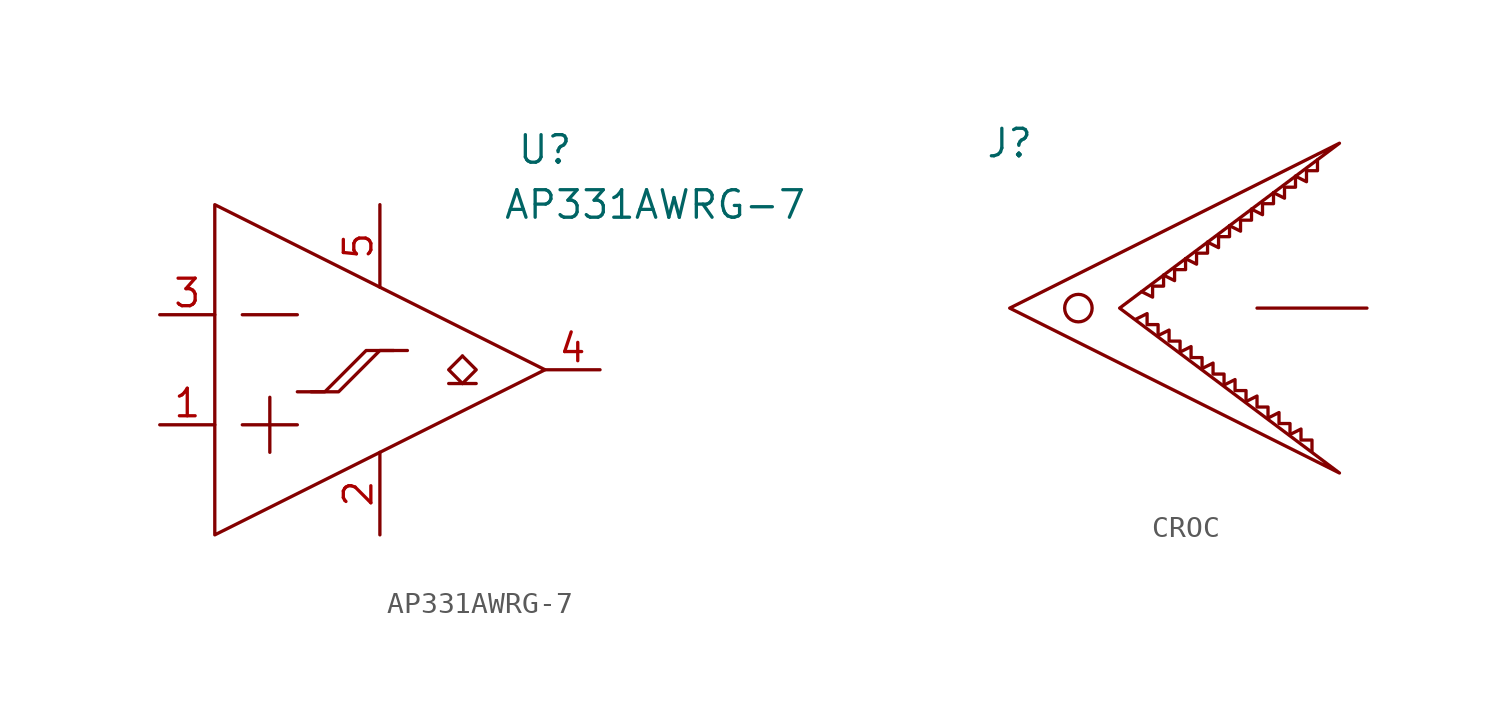
<source format=kicad_sym>
(kicad_symbol_lib
  (version 20220914)
  (generator kicad_symbol_editor)
  (symbol "AP331AWRG-7"
    (pin_names hide)
    (property "Reference" "U"
      (at 17.78 2.54 0)
      (effects (font (size 1.27 1.27))))
    (property "Value" "AP331AWRG-7"
      (at 22.86 0 0)
      (effects (font (size 1.27 1.27))))
    (symbol "AP331AWRG-7_0_1"
      (polyline (pts (xy 3.81 -10.16) (xy 6.35 -10.16)) (stroke (width 0) (type default)) (fill (type none)))
      (polyline (pts (xy 3.81 -5.08) (xy 6.35 -5.08)) (stroke (width 0) (type default)) (fill (type none)))
      (polyline (pts (xy 5.08 -8.89) (xy 5.08 -11.43)) (stroke (width 0) (type default)) (fill (type none)))
      (polyline (pts (xy 2.54 0) (xy 2.54 -15.24) (xy 17.78 -7.62) (xy 2.54 0)) (stroke (width 0) (type default)) (fill (type none))))
    (symbol "AP331AWRG-7_1_1"
      (polyline (pts (xy 13.335 -8.255) (xy 14.605 -8.255)) (stroke (width 0) (type default)) (fill (type none)))
      (polyline (pts (xy 13.97 -8.255) (xy 14.605 -7.62) (xy 13.97 -6.985)) (stroke (width 0) (type default)) (fill (type none)))
      (polyline (pts (xy 13.97 -6.985) (xy 13.335 -7.62) (xy 13.97 -8.255)) (stroke (width 0) (type default)) (fill (type none)))
      (polyline (pts (xy 6.35 -8.636) (xy 7.62 -8.636) (xy 9.525 -6.731) (xy 10.795 -6.731)) (stroke (width 0) (type default)) (fill (type none)))
      (polyline (pts (xy 6.985 -8.636) (xy 8.255 -8.636) (xy 10.16 -6.731) (xy 11.43 -6.731)) (stroke (width 0) (type default)) (fill (type none)))
      (pin input line (at 0 -10.16 0) (length 2.54) (name "IN+" (effects (font (size 1.27 1.27)))) (number "1" (effects (font (size 1.27 1.27)))))
      (pin power_in line (at 10.16 -15.24 90) (length 3.81) (name "GND" (effects (font (size 1.27 1.27)))) (number "2" (effects (font (size 1.27 1.27)))))
      (pin input line (at 0 -5.08 0) (length 2.54) (name "IN-" (effects (font (size 1.27 1.27)))) (number "3" (effects (font (size 1.27 1.27)))))
      (pin output line (at 20.32 -7.62 180) (length 2.54) (name "OUT" (effects (font (size 1.27 1.27)))) (number "4" (effects (font (size 1.27 1.27)))))
      (pin power_in line (at 10.16 0 270) (length 3.81) (name "VCC" (effects (font (size 1.27 1.27)))) (number "5" (effects (font (size 1.27 1.27)))))))
  (symbol "CROC"
    (pin_numbers hide)
    (property "Reference" "J"
      (at 0 0 0)
      (effects (font (size 1.27 1.27))))
    (property "Value" ""
      (at 0 0 0)
      (effects (font (size 1.27 1.27))))
    (symbol "CROC_0_1"
      (polyline (pts (xy 0 -7.62) (xy 15.24 0) (xy 5.08 -7.62) (xy 15.24 -15.24) (xy 0 -7.62)) (stroke (width 0) (type default)) (fill (type none)))
      (polyline (pts (xy 5.842 -8.128) (xy 6.35 -7.874) (xy 6.35 -8.382) (xy 6.858 -8.382) (xy 6.858 -8.89)) (stroke (width 0) (type default)) (fill (type none)))
      (polyline (pts (xy 6.096 -6.858) (xy 6.604 -7.112) (xy 6.604 -6.604) (xy 7.112 -6.604) (xy 7.112 -6.096)) (stroke (width 0) (type default)) (fill (type none)))
      (polyline (pts (xy 6.858 -8.89) (xy 7.366 -8.636) (xy 7.366 -9.144) (xy 7.874 -9.144) (xy 7.874 -9.652)) (stroke (width 0) (type default)) (fill (type none)))
      (polyline (pts (xy 7.112 -6.096) (xy 7.62 -6.35) (xy 7.62 -5.842) (xy 8.128 -5.842) (xy 8.128 -5.334)) (stroke (width 0) (type default)) (fill (type none)))
      (polyline (pts (xy 7.874 -9.652) (xy 8.382 -9.398) (xy 8.382 -9.906) (xy 8.89 -9.906) (xy 8.89 -10.414)) (stroke (width 0) (type default)) (fill (type none)))
      (polyline (pts (xy 8.128 -5.334) (xy 8.636 -5.588) (xy 8.636 -5.08) (xy 9.144 -5.08) (xy 9.144 -4.572)) (stroke (width 0) (type default)) (fill (type none)))
      (polyline (pts (xy 8.89 -10.414) (xy 9.398 -10.16) (xy 9.398 -10.668) (xy 9.906 -10.668) (xy 9.906 -11.176)) (stroke (width 0) (type default)) (fill (type none)))
      (polyline (pts (xy 9.144 -4.572) (xy 9.652 -4.826) (xy 9.652 -4.318) (xy 10.16 -4.318) (xy 10.16 -3.81)) (stroke (width 0) (type default)) (fill (type none)))
      (polyline (pts (xy 9.906 -11.176) (xy 10.414 -10.922) (xy 10.414 -11.43) (xy 10.922 -11.43) (xy 10.922 -11.938)) (stroke (width 0) (type default)) (fill (type none)))
      (polyline (pts (xy 10.16 -3.81) (xy 10.668 -4.064) (xy 10.668 -3.556) (xy 11.176 -3.556) (xy 11.176 -3.048)) (stroke (width 0) (type default)) (fill (type none)))
      (polyline (pts (xy 10.922 -11.938) (xy 11.43 -11.684) (xy 11.43 -12.192) (xy 11.938 -12.192) (xy 11.938 -12.7)) (stroke (width 0) (type default)) (fill (type none)))
      (polyline (pts (xy 11.176 -3.048) (xy 11.684 -3.302) (xy 11.684 -2.794) (xy 12.192 -2.794) (xy 12.192 -2.286)) (stroke (width 0) (type default)) (fill (type none)))
      (polyline (pts (xy 11.938 -12.7) (xy 12.446 -12.446) (xy 12.446 -12.954) (xy 12.954 -12.954) (xy 12.954 -13.462)) (stroke (width 0) (type default)) (fill (type none)))
      (polyline (pts (xy 12.192 -2.286) (xy 12.7 -2.54) (xy 12.7 -2.032) (xy 13.208 -2.032) (xy 13.208 -1.524)) (stroke (width 0) (type default)) (fill (type none)))
      (polyline (pts (xy 12.954 -13.462) (xy 13.462 -13.208) (xy 13.462 -13.716) (xy 13.97 -13.716) (xy 13.97 -14.224)) (stroke (width 0) (type default)) (fill (type none)))
      (polyline (pts (xy 13.208 -1.524) (xy 13.716 -1.778) (xy 13.716 -1.27) (xy 14.224 -1.27) (xy 14.224 -0.762)) (stroke (width 0) (type default)) (fill (type none)))
      (circle (center 3.175 -7.62) (radius 0.635) (stroke (width 0) (type default)) (fill (type none))))
    (symbol "CROC_1_1"
      (pin passive line (at 16.51 -7.62 180) (length 5.08) (name "" (effects (font (size 1.27 1.27)))) (number "1" (effects (font (size 1.27 1.27))))))))
</source>
